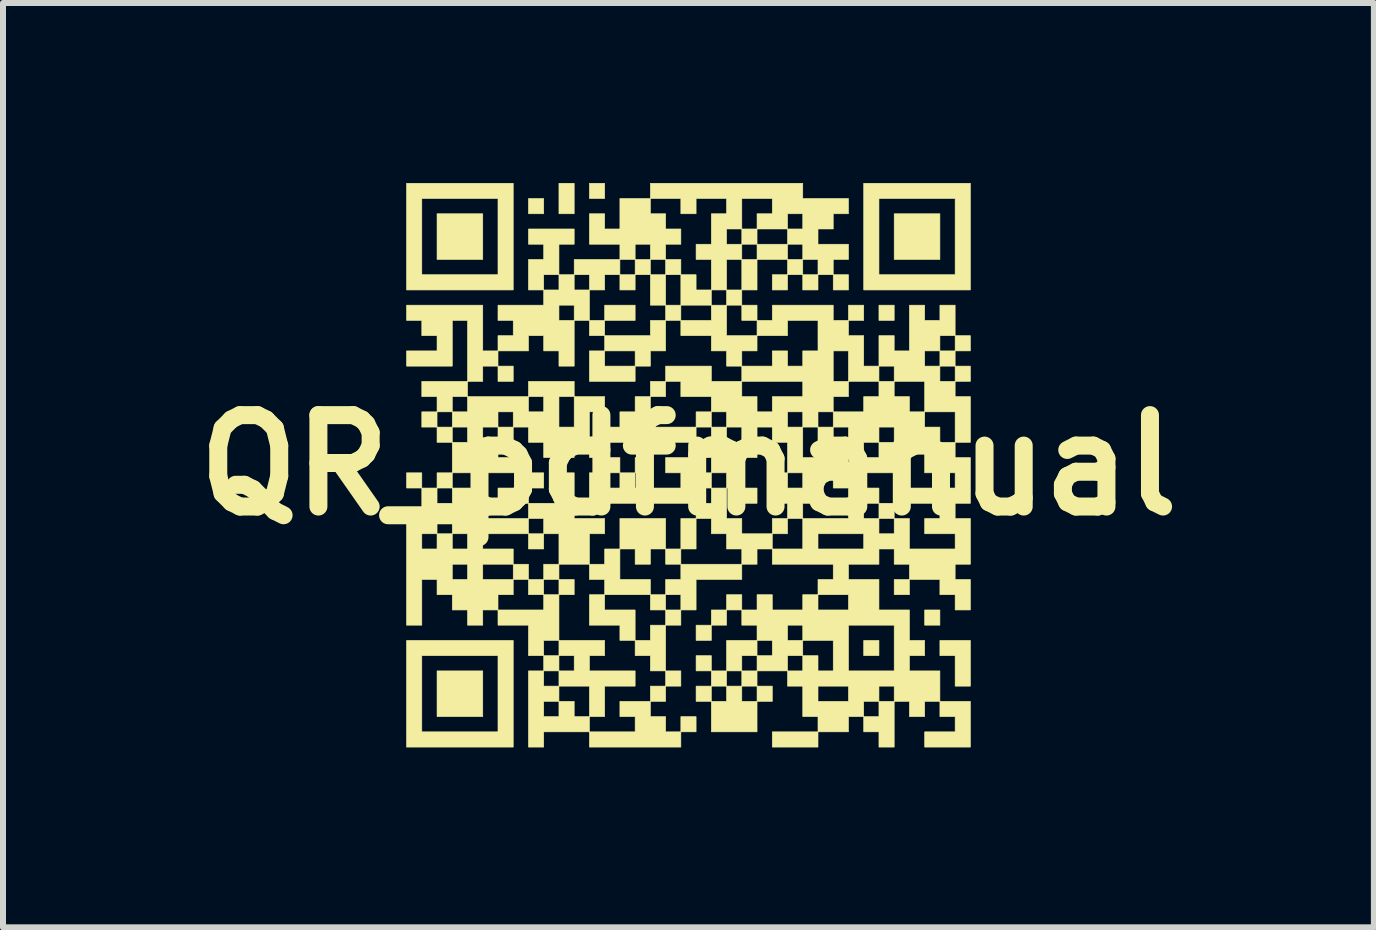
<source format=kicad_pcb>
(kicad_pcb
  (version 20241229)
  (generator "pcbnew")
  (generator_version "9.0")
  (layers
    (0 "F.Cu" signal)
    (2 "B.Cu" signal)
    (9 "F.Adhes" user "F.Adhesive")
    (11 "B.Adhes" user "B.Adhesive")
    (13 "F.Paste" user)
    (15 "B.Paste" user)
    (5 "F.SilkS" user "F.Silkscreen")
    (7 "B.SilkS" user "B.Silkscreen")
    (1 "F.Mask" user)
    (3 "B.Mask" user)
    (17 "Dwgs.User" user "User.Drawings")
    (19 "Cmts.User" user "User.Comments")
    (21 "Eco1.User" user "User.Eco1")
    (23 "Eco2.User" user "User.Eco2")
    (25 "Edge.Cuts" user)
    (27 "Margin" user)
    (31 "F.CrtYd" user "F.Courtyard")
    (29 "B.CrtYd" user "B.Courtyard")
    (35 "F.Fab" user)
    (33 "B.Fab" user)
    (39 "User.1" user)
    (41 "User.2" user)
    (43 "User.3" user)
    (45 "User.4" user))
  (footprint "QR_pdfmanual"
    (layer "F.Cu")
    (at 8.426 4.704)
    (property "Reference" "QR_pdfmanual" (at 0 0 0) (layer "F.SilkS") (effects (font (size 1.524 1.524) (thickness 0.3))))
    (attr through_hole)
    (fp_poly (pts (xy -4.699 0.381) (xy -4.699 0.127) (xy -4.445 0.127) (xy -4.445 0.381) (xy -4.699 0.381)) (stroke (width 0.01) (type solid)) (fill yes) (layer "F.SilkS"))
    (fp_poly (pts (xy -3.429 -3.429) (xy -4.191 -3.429) (xy -4.191 -4.191) (xy -3.429 -4.191) (xy -3.429 -3.429)) (stroke (width 0.01) (type solid)) (fill yes) (layer "F.SilkS"))
    (fp_poly (pts (xy -3.429 4.191) (xy -4.191 4.191) (xy -4.191 3.429) (xy -3.429 3.429) (xy -3.429 4.191)) (stroke (width 0.01) (type solid)) (fill yes) (layer "F.SilkS"))
    (fp_poly (pts (xy -3.175 0.635) (xy -3.175 0.381) (xy -2.667 0.381) (xy -2.667 0.635) (xy -3.175 0.635)) (stroke (width 0.01) (type solid)) (fill yes) (layer "F.SilkS"))
    (fp_poly (pts (xy -2.921 -1.397) (xy -3.175 -1.397) (xy -3.175 -1.651) (xy -2.921 -1.651) (xy -2.921 -1.397)) (stroke (width 0.01) (type solid)) (fill yes) (layer "F.SilkS"))
    (fp_poly (pts (xy -2.921 -0.381) (xy -3.175 -0.381) (xy -3.175 -0.635) (xy -2.921 -0.635) (xy -2.921 -0.381)) (stroke (width 0.01) (type solid)) (fill yes) (layer "F.SilkS"))
    (fp_poly (pts (xy -2.921 1.905) (xy -2.921 1.651) (xy -2.667 1.651) (xy -2.667 1.905) (xy -2.921 1.905)) (stroke (width 0.01) (type solid)) (fill yes) (layer "F.SilkS"))
    (fp_poly (pts (xy -2.667 0.127) (xy -2.413 0.127) (xy -2.413 0.381) (xy -2.667 0.381) (xy -2.667 0.127)) (stroke (width 0.01) (type solid)) (fill yes) (layer "F.SilkS"))
    (fp_poly (pts (xy -2.413 -4.191) (xy -2.667 -4.191) (xy -2.667 -4.445) (xy -2.413 -4.445) (xy -2.413 -4.191)) (stroke (width 0.01) (type solid)) (fill yes) (layer "F.SilkS"))
    (fp_poly (pts (xy -2.413 1.397) (xy -2.667 1.397) (xy -2.667 1.143) (xy -2.413 1.143) (xy -2.413 1.397)) (stroke (width 0.01) (type solid)) (fill yes) (layer "F.SilkS"))
    (fp_poly (pts (xy -2.413 1.651) (xy -2.159 1.651) (xy -2.159 1.905) (xy -2.413 1.905) (xy -2.413 1.651)) (stroke (width 0.01) (type solid)) (fill yes) (layer "F.SilkS"))
    (fp_poly (pts (xy -2.413 1.905) (xy -2.413 2.159) (xy -2.667 2.159) (xy -2.667 1.905) (xy -2.413 1.905)) (stroke (width 0.01) (type solid)) (fill yes) (layer "F.SilkS"))
    (fp_poly (pts (xy -1.905 -4.191) (xy -2.159 -4.191) (xy -2.159 -4.699) (xy -1.905 -4.699) (xy -1.905 -4.191)) (stroke (width 0.01) (type solid)) (fill yes) (layer "F.SilkS"))
    (fp_poly (pts (xy -1.905 2.159) (xy -2.159 2.159) (xy -2.159 1.905) (xy -1.905 1.905) (xy -1.905 2.159)) (stroke (width 0.01) (type solid)) (fill yes) (layer "F.SilkS"))
    (fp_poly (pts (xy -1.651 -0.127) (xy -1.651 -0.381) (xy -1.397 -0.381) (xy -1.397 -0.127) (xy -1.651 -0.127)) (stroke (width 0.01) (type solid)) (fill yes) (layer "F.SilkS"))
    (fp_poly (pts (xy -1.397 -4.445) (xy -1.651 -4.445) (xy -1.651 -4.699) (xy -1.397 -4.699) (xy -1.397 -4.445)) (stroke (width 0.01) (type solid)) (fill yes) (layer "F.SilkS"))
    (fp_poly (pts (xy -1.397 -2.667) (xy -0.889 -2.667) (xy -0.889 -2.413) (xy -1.397 -2.413) (xy -1.397 -2.667)) (stroke (width 0.01) (type solid)) (fill yes) (layer "F.SilkS"))
    (fp_poly (pts (xy -1.397 -2.159) (xy -1.651 -2.159) (xy -1.651 -2.413) (xy -1.397 -2.413) (xy -1.397 -2.159)) (stroke (width 0.01) (type solid)) (fill yes) (layer "F.SilkS"))
    (fp_poly (pts (xy -1.397 -0.127) (xy -1.143 -0.127) (xy -1.143 0.127) (xy -1.397 0.127) (xy -1.397 -0.127)) (stroke (width 0.01) (type solid)) (fill yes) (layer "F.SilkS"))
    (fp_poly (pts (xy -0.889 -3.175) (xy -0.889 -3.429) (xy -0.635 -3.429) (xy -0.635 -3.175) (xy -0.889 -3.175)) (stroke (width 0.01) (type solid)) (fill yes) (layer "F.SilkS"))
    (fp_poly (pts (xy -0.889 -2.921) (xy -1.143 -2.921) (xy -1.143 -3.175) (xy -0.889 -3.175) (xy -0.889 -2.921)) (stroke (width 0.01) (type solid)) (fill yes) (layer "F.SilkS"))
    (fp_poly (pts (xy -0.635 -1.397) (xy -0.381 -1.397) (xy -0.381 -1.143) (xy -0.635 -1.143) (xy -0.635 -1.397)) (stroke (width 0.01) (type solid)) (fill yes) (layer "F.SilkS"))
    (fp_poly (pts (xy -0.635 0.127) (xy -0.889 0.127) (xy -0.889 -0.127) (xy -0.635 -0.127) (xy -0.635 0.127)) (stroke (width 0.01) (type solid)) (fill yes) (layer "F.SilkS"))
    (fp_poly (pts (xy -0.381 -3.429) (xy -0.127 -3.429) (xy -0.127 -3.175) (xy -0.381 -3.175) (xy -0.381 -3.429)) (stroke (width 0.01) (type solid)) (fill yes) (layer "F.SilkS"))
    (fp_poly (pts (xy -0.381 -2.667) (xy -0.635 -2.667) (xy -0.635 -3.175) (xy -0.381 -3.175) (xy -0.381 -2.667)) (stroke (width 0.01) (type solid)) (fill yes) (layer "F.SilkS"))
    (fp_poly (pts (xy -0.381 -2.413) (xy -0.381 -2.667) (xy -0.127 -2.667) (xy -0.127 -2.413) (xy -0.381 -2.413)) (stroke (width 0.01) (type solid)) (fill yes) (layer "F.SilkS"))
    (fp_poly (pts (xy -0.381 2.413) (xy -0.635 2.413) (xy -0.635 2.159) (xy -0.381 2.159) (xy -0.381 2.413)) (stroke (width 0.01) (type solid)) (fill yes) (layer "F.SilkS"))
    (fp_poly (pts (xy -0.127 0.889) (xy 0.127 0.889) (xy 0.127 1.397) (xy -0.127 1.397) (xy -0.127 0.889)) (stroke (width 0.01) (type solid)) (fill yes) (layer "F.SilkS"))
    (fp_poly (pts (xy -0.127 1.651) (xy -0.381 1.651) (xy -0.381 1.397) (xy -0.127 1.397) (xy -0.127 1.651)) (stroke (width 0.01) (type solid)) (fill yes) (layer "F.SilkS"))
    (fp_poly (pts (xy -0.127 4.191) (xy 0.127 4.191) (xy 0.127 4.445) (xy -0.127 4.445) (xy -0.127 4.191)) (stroke (width 0.01) (type solid)) (fill yes) (layer "F.SilkS"))
    (fp_poly (pts (xy 0.127 -0.889) (xy 0.381 -0.889) (xy 0.381 -0.635) (xy 0.127 -0.635) (xy 0.127 -0.889)) (stroke (width 0.01) (type solid)) (fill yes) (layer "F.SilkS"))
    (fp_poly (pts (xy 0.127 3.429) (xy 0.127 3.175) (xy 0.381 3.175) (xy 0.381 3.429) (xy 0.127 3.429)) (stroke (width 0.01) (type solid)) (fill yes) (layer "F.SilkS"))
    (fp_poly (pts (xy 0.381 2.413) (xy 0.635 2.413) (xy 0.635 2.667) (xy 0.381 2.667) (xy 0.381 2.413)) (stroke (width 0.01) (type solid)) (fill yes) (layer "F.SilkS"))
    (fp_poly (pts (xy 0.381 2.921) (xy 0.127 2.921) (xy 0.127 2.667) (xy 0.381 2.667) (xy 0.381 2.921)) (stroke (width 0.01) (type solid)) (fill yes) (layer "F.SilkS"))
    (fp_poly (pts (xy 0.635 2.159) (xy 0.889 2.159) (xy 0.889 2.413) (xy 0.635 2.413) (xy 0.635 2.159)) (stroke (width 0.01) (type solid)) (fill yes) (layer "F.SilkS"))
    (fp_poly (pts (xy 1.143 -3.683) (xy 0.889 -3.683) (xy 0.889 -3.937) (xy 1.143 -3.937) (xy 1.143 -3.683)) (stroke (width 0.01) (type solid)) (fill yes) (layer "F.SilkS"))
    (fp_poly (pts (xy 1.143 0.381) (xy 1.143 0.635) (xy 0.889 0.635) (xy 0.889 0.381) (xy 1.143 0.381)) (stroke (width 0.01) (type solid)) (fill yes) (layer "F.SilkS"))
    (fp_poly (pts (xy 1.143 3.683) (xy 1.397 3.683) (xy 1.397 3.937) (xy 1.143 3.937) (xy 1.143 3.683)) (stroke (width 0.01) (type solid)) (fill yes) (layer "F.SilkS"))
    (fp_poly (pts (xy 1.651 -2.921) (xy 1.397 -2.921) (xy 1.397 -3.175) (xy 1.651 -3.175) (xy 1.651 -2.921)) (stroke (width 0.01) (type solid)) (fill yes) (layer "F.SilkS"))
    (fp_poly (pts (xy 1.651 1.143) (xy 1.397 1.143) (xy 1.397 0.889) (xy 1.651 0.889) (xy 1.651 1.143)) (stroke (width 0.01) (type solid)) (fill yes) (layer "F.SilkS"))
    (fp_poly (pts (xy 2.159 4.699) (xy 1.397 4.699) (xy 1.397 4.445) (xy 2.159 4.445) (xy 2.159 4.699)) (stroke (width 0.01) (type solid)) (fill yes) (layer "F.SilkS"))
    (fp_poly (pts (xy 2.667 -2.921) (xy 2.413 -2.921) (xy 2.413 -3.175) (xy 2.667 -3.175) (xy 2.667 -2.921)) (stroke (width 0.01) (type solid)) (fill yes) (layer "F.SilkS"))
    (fp_poly (pts (xy 2.667 -2.667) (xy 2.921 -2.667) (xy 2.921 -2.413) (xy 2.667 -2.413) (xy 2.667 -2.667)) (stroke (width 0.01) (type solid)) (fill yes) (layer "F.SilkS"))
    (fp_poly (pts (xy 3.175 3.175) (xy 2.921 3.175) (xy 2.921 2.921) (xy 3.175 2.921) (xy 3.175 3.175)) (stroke (width 0.01) (type solid)) (fill yes) (layer "F.SilkS"))
    (fp_poly (pts (xy 3.429 -2.413) (xy 3.175 -2.413) (xy 3.175 -2.667) (xy 3.429 -2.667) (xy 3.429 -2.413)) (stroke (width 0.01) (type solid)) (fill yes) (layer "F.SilkS"))
    (fp_poly (pts (xy 3.429 0.889) (xy 3.175 0.889) (xy 3.175 0.635) (xy 3.429 0.635) (xy 3.429 0.889)) (stroke (width 0.01) (type solid)) (fill yes) (layer "F.SilkS"))
    (fp_poly (pts (xy 3.683 2.159) (xy 3.429 2.159) (xy 3.429 1.905) (xy 3.683 1.905) (xy 3.683 2.159)) (stroke (width 0.01) (type solid)) (fill yes) (layer "F.SilkS"))
    (fp_poly (pts (xy 4.191 -3.429) (xy 3.429 -3.429) (xy 3.429 -4.191) (xy 4.191 -4.191) (xy 4.191 -3.429)) (stroke (width 0.01) (type solid)) (fill yes) (layer "F.SilkS"))
    (fp_poly (pts (xy 4.191 2.667) (xy 3.937 2.667) (xy 3.937 2.413) (xy 4.191 2.413) (xy 4.191 2.667)) (stroke (width 0.01) (type solid)) (fill yes) (layer "F.SilkS"))
    (fp_poly (pts (xy 4.445 -2.159) (xy 4.699 -2.159) (xy 4.699 -1.905) (xy 4.445 -1.905) (xy 4.445 -2.159)) (stroke (width 0.01) (type solid)) (fill yes) (layer "F.SilkS"))
    (fp_poly (pts (xy 4.445 -1.651) (xy 4.191 -1.651) (xy 4.191 -1.905) (xy 4.445 -1.905) (xy 4.445 -1.651)) (stroke (width 0.01) (type solid)) (fill yes) (layer "F.SilkS"))
    (fp_poly (pts (xy 4.699 -1.651) (xy 4.699 -1.397) (xy 4.445 -1.397) (xy 4.445 -1.651) (xy 4.699 -1.651)) (stroke (width 0.01) (type solid)) (fill yes) (layer "F.SilkS"))
    (fp_poly (pts (xy -0.127 -2.667) (xy -0.127 -3.175) (xy 0.127 -3.175) (xy 0.127 -2.921) (xy 0.381 -2.921) (xy 0.381 -2.667) (xy -0.127 -2.667)) (stroke (width 0.01) (type solid)) (fill yes) (layer "F.SilkS"))
    (fp_poly (pts (xy 4.699 3.683) (xy 4.445 3.683) (xy 4.445 3.175) (xy 4.191 3.175) (xy 4.191 2.921) (xy 4.699 2.921) (xy 4.699 3.683)) (stroke (width 0.01) (type solid)) (fill yes) (layer "F.SilkS"))
    (fp_poly (pts (xy -1.397 2.413) (xy -0.889 2.413) (xy -0.889 2.921) (xy -1.143 2.921) (xy -1.143 2.667) (xy -1.651 2.667) (xy -1.651 2.159) (xy -1.397 2.159) (xy -1.397 2.413)) (stroke (width 0.01) (type solid)) (fill yes) (layer "F.SilkS"))
    (fp_poly (pts (xy -0.635 1.397) (xy -0.635 1.651) (xy -0.889 1.651) (xy -0.889 1.397) (xy -1.143 1.397) (xy -1.143 0.889) (xy -0.381 0.889) (xy -0.381 1.397) (xy -0.635 1.397)) (stroke (width 0.01) (type solid)) (fill yes) (layer "F.SilkS"))
    (fp_poly (pts (xy 3.429 -0.127) (xy 3.683 -0.127) (xy 3.683 0.127) (xy 2.921 0.127) (xy 2.921 -0.127) (xy 3.175 -0.127) (xy 3.175 -0.381) (xy 3.429 -0.381) (xy 3.429 -0.127)) (stroke (width 0.01) (type solid)) (fill yes) (layer "F.SilkS"))
    (fp_poly (pts (xy 4.699 4.699) (xy 3.937 4.699) (xy 3.937 4.445) (xy 4.445 4.445) (xy 4.445 4.191) (xy 4.191 4.191) (xy 4.191 3.937) (xy 4.699 3.937) (xy 4.699 4.699)) (stroke (width 0.01) (type solid)) (fill yes) (layer "F.SilkS"))
    (fp_poly (pts (xy -1.143 1.905) (xy -0.635 1.905) (xy -0.635 2.159) (xy -1.397 2.159) (xy -1.397 1.905) (xy -1.651 1.905) (xy -1.651 1.651) (xy -1.397 1.651) (xy -1.397 1.397) (xy -1.143 1.397) (xy -1.143 1.905)) (stroke (width 0.01) (type solid)) (fill yes) (layer "F.SilkS"))
    (fp_poly (pts (xy 0.127 -0.381) (xy -1.397 -0.381) (xy -1.397 -0.635) (xy -1.143 -0.635) (xy -1.143 -0.889) (xy -0.889 -0.889) (xy -0.889 -1.143) (xy -0.635 -1.143) (xy -0.635 -0.635) (xy 0.127 -0.635) (xy 0.127 -0.381)) (stroke (width 0.01) (type solid)) (fill yes) (layer "F.SilkS"))
    (fp_poly (pts (xy -2.921 -2.921) (xy -4.699 -2.921) (xy -4.699 -4.445) (xy -4.445 -4.445) (xy -4.445 -3.175) (xy -3.175 -3.175) (xy -3.175 -4.445) (xy -4.445 -4.445) (xy -4.699 -4.445) (xy -4.699 -4.699) (xy -2.921 -4.699) (xy -2.921 -2.921)) (stroke (width 0.01) (type solid)) (fill yes) (layer "F.SilkS"))
    (fp_poly (pts (xy -2.921 4.699) (xy -4.699 4.699) (xy -4.699 3.175) (xy -4.445 3.175) (xy -4.445 4.445) (xy -3.175 4.445) (xy -3.175 3.175) (xy -4.445 3.175) (xy -4.699 3.175) (xy -4.699 2.921) (xy -2.921 2.921) (xy -2.921 4.699)) (stroke (width 0.01) (type solid)) (fill yes) (layer "F.SilkS"))
    (fp_poly (pts (xy 4.699 -2.921) (xy 2.921 -2.921) (xy 2.921 -4.445) (xy 3.175 -4.445) (xy 3.175 -3.175) (xy 4.445 -3.175) (xy 4.445 -4.445) (xy 3.175 -4.445) (xy 2.921 -4.445) (xy 2.921 -4.699) (xy 4.699 -4.699) (xy 4.699 -2.921)) (stroke (width 0.01) (type solid)) (fill yes) (layer "F.SilkS"))
    (fp_poly (pts (xy -2.159 1.651) (xy -2.159 1.143) (xy -2.413 1.143) (xy -2.413 0.889) (xy -2.667 0.889) (xy -2.667 0.635) (xy -2.159 0.635) (xy -2.159 0.127) (xy -1.905 0.127) (xy -1.905 0.889) (xy -1.397 0.889) (xy -1.397 1.143) (xy -1.651 1.143) (xy -1.651 1.651) (xy -2.159 1.651)) (stroke (width 0.01) (type solid)) (fill yes) (layer "F.SilkS"))
    (fp_poly (pts (xy 0.635 -2.667) (xy 0.635 -2.159) (xy 1.143 -2.159) (xy 1.143 -1.905) (xy 0.889 -1.905) (xy 0.889 -1.651) (xy 0.635 -1.651) (xy 0.635 -1.905) (xy 0.381 -1.905) (xy 0.381 -2.159) (xy -0.127 -2.159) (xy -0.127 -2.413) (xy 0.381 -2.413) (xy 0.381 -2.667) (xy 0.635 -2.667)) (stroke (width 0.01) (type solid)) (fill yes) (layer "F.SilkS"))
    (fp_poly (pts (xy -1.397 3.175) (xy -1.651 3.175) (xy -1.651 3.429) (xy -0.889 3.429) (xy -0.889 3.683) (xy -1.397 3.683) (xy -1.397 4.191) (xy -1.651 4.191) (xy -1.651 3.683) (xy -2.159 3.683) (xy -2.159 3.429) (xy -1.905 3.429) (xy -1.905 3.175) (xy -2.159 3.175) (xy -2.159 2.921) (xy -1.397 2.921) (xy -1.397 3.175)) (stroke (width 0.01) (type solid)) (fill yes) (layer "F.SilkS"))
    (fp_poly (pts (xy -0.635 -2.159) (xy -0.635 -2.413) (xy -0.381 -2.413) (xy -0.381 -1.905) (xy -0.635 -1.905) (xy -0.635 -1.651) (xy -0.889 -1.651) (xy -0.889 -1.397) (xy -1.651 -1.397) (xy -1.651 -1.905) (xy -1.397 -1.905) (xy -1.397 -1.651) (xy -0.889 -1.651) (xy -0.889 -1.905) (xy -1.397 -1.905) (xy -1.397 -2.159) (xy -0.635 -2.159)) (stroke (width 0.01) (type solid)) (fill yes) (layer "F.SilkS"))
    (fp_poly (pts (xy 0.635 0.381) (xy 0.635 0.127) (xy 0.381 0.127) (xy 0.381 0.381) (xy 0.127 0.381) (xy 0.127 0.635) (xy -1.651 0.635) (xy -1.651 0.127) (xy -1.397 0.127) (xy -1.397 0.381) (xy -1.143 0.381) (xy -1.143 0.127) (xy -0.889 0.127) (xy -0.889 0.381) (xy -0.127 0.381) (xy -0.127 0.127) (xy -0.381 0.127) (xy -0.381 -0.127) (xy 0.127 -0.127) (xy 0.127 0.127) (xy 0.381 0.127) (xy 0.381 -0.127) (xy 0.127 -0.127) (xy 0.127 -0.381) (xy 0.381 -0.381) (xy 0.381 -0.635) (xy 0.635 -0.635) (xy 0.635 -0.127) (xy 0.889 -0.127) (xy 0.889 0.381) (xy 0.635 0.381)) (stroke (width 0.01) (type solid)) (fill yes) (layer "F.SilkS"))
    (fp_poly (pts (xy 1.651 -3.429) (xy 1.143 -3.429) (xy 1.143 -2.921) (xy 0.889 -2.921) (xy 0.889 -2.667) (xy 1.143 -2.667) (xy 1.143 -2.413) (xy 1.397 -2.413) (xy 1.397 -2.667) (xy 2.413 -2.667) (xy 2.413 -2.413) (xy 2.667 -2.413) (xy 2.667 -2.159) (xy 2.921 -2.159) (xy 2.921 -1.651) (xy 3.175 -1.651) (xy 3.175 -1.397) (xy 3.429 -1.397) (xy 3.429 -1.143) (xy 3.683 -1.143) (xy 3.683 -0.889) (xy 3.937 -0.889) (xy 3.937 -1.397) (xy 3.429 -1.397) (xy 3.429 -1.651) (xy 3.175 -1.651) (xy 3.175 -2.159) (xy 3.429 -2.159) (xy 3.429 -1.905) (xy 3.683 -1.905) (xy 3.683 -2.667) (xy 3.937 -2.667) (xy 3.937 -2.413) (xy 4.191 -2.413) (xy 4.191 -2.667) (xy 4.445 -2.667) (xy 4.445 -2.159) (xy 4.191 -2.159) (xy 4.191 -1.905) (xy 3.937 -1.905) (xy 3.937 -1.651) (xy 4.191 -1.651) (xy 4.191 -1.397) (xy 4.445 -1.397) (xy 4.445 -1.143) (xy 4.699 -1.143) (xy 4.699 -0.381) (xy 4.445 -0.381) (xy 4.445 -0.127) (xy 4.699 -0.127) (xy 4.699 0.635) (xy 4.445 0.635) (xy 4.445 0.889) (xy 4.699 0.889) (xy 4.699 1.651) (xy 4.445 1.651) (xy 4.445 1.905) (xy 4.699 1.905) (xy 4.699 2.413) (xy 4.445 2.413) (xy 4.445 2.159) (xy 4.191 2.159) (xy 4.191 1.905) (xy 3.683 1.905) (xy 3.683 1.651) (xy 3.429 1.651) (xy 3.429 1.397) (xy 3.175 1.397) (xy 3.175 1.651) (xy 2.667 1.651) (xy 2.667 1.905) (xy 3.175 1.905) (xy 3.175 2.413) (xy 3.683 2.413) (xy 3.683 2.921) (xy 3.937 2.921) (xy 3.937 3.175) (xy 3.683 3.175) (xy 3.683 3.429) (xy 4.191 3.429) (xy 4.191 3.937) (xy 3.937 3.937) (xy 3.937 4.191) (xy 3.683 4.191) (xy 3.683 3.937) (xy 3.429 3.937) (xy 3.429 4.699) (xy 3.175 4.699) (xy 3.175 4.445) (xy 2.921 4.445) (xy 2.921 4.191) (xy 2.667 4.191) (xy 2.667 4.445) (xy 2.159 4.445) (xy 2.159 4.191) (xy 1.905 4.191) (xy 1.905 3.683) (xy 2.159 3.683) (xy 2.159 3.937) (xy 2.667 3.937) (xy 2.921 3.937) (xy 2.921 4.191) (xy 3.175 4.191) (xy 3.175 3.937) (xy 2.921 3.937) (xy 2.667 3.937) (xy 2.667 3.683) (xy 3.175 3.683) (xy 3.175 3.937) (xy 3.429 3.937) (xy 3.429 3.683) (xy 3.175 3.683) (xy 2.667 3.683) (xy 2.159 3.683) (xy 1.905 3.683) (xy 1.651 3.683) (xy 1.651 3.429) (xy 1.143 3.429) (xy 1.143 3.683) (xy 0.889 3.683) (xy 0.889 3.937) (xy 1.143 3.937) (xy 1.143 4.445) (xy 0.381 4.445) (xy 0.381 3.937) (xy 0.127 3.937) (xy 0.127 3.683) (xy 0.381 3.683) (xy 0.381 3.937) (xy 0.635 3.937) (xy 0.635 3.683) (xy 0.381 3.683) (xy 0.381 3.429) (xy 0.635 3.429) (xy 0.635 3.683) (xy 0.889 3.683) (xy 0.889 3.429) (xy 0.635 3.429) (xy 0.635 3.175) (xy 0.889 3.175) (xy 0.889 3.429) (xy 1.143 3.429) (xy 1.143 3.175) (xy 0.889 3.175) (xy 0.635 3.175) (xy 0.635 2.921) (xy 1.143 2.921) (xy 1.143 3.175) (xy 1.397 3.175) (xy 1.651 3.175) (xy 1.651 3.429) (xy 1.905 3.429) (xy 1.905 3.175) (xy 1.651 3.175) (xy 1.397 3.175) (xy 1.397 2.921) (xy 1.143 2.921) (xy 1.143 2.667) (xy 1.651 2.667) (xy 1.651 2.921) (xy 1.905 2.921) (xy 1.905 3.175) (xy 2.159 3.175) (xy 2.159 3.429) (xy 2.413 3.429) (xy 2.413 2.921) (xy 1.905 2.921) (xy 1.905 2.667) (xy 2.667 2.667) (xy 2.667 3.429) (xy 3.429 3.429) (xy 3.429 2.667) (xy 2.667 2.667) (xy 1.905 2.667) (xy 1.651 2.667) (xy 1.143 2.667) (xy 0.889 2.667) (xy 0.889 2.413) (xy 1.143 2.413) (xy 1.143 2.159) (xy 1.397 2.159) (xy 1.397 2.413) (xy 1.905 2.413) (xy 1.905 2.159) (xy 2.159 2.159) (xy 2.159 2.413) (xy 2.667 2.413) (xy 2.667 2.159) (xy 2.159 2.159) (xy 2.159 1.905) (xy 2.413 1.905) (xy 2.413 1.651) (xy 1.397 1.651) (xy 1.397 1.397) (xy 1.143 1.397) (xy 1.143 1.651) (xy 0.889 1.651) (xy 0.889 1.905) (xy 0.127 1.905) (xy 0.127 2.413) (xy -0.127 2.413) (xy -0.127 2.667) (xy -0.381 2.667) (xy -0.381 3.429) (xy -0.127 3.429) (xy -0.127 3.683) (xy -0.381 3.683) (xy -0.381 3.937) (xy -0.635 3.937) (xy -0.635 4.191) (xy -0.381 4.191) (xy -0.381 4.445) (xy -0.127 4.445) (xy -0.127 4.699) (xy -1.651 4.699) (xy -1.651 4.445) (xy -2.413 4.445) (xy -2.413 4.699) (xy -2.667 4.699) (xy -2.667 3.937) (xy -2.413 3.937) (xy -2.413 4.191) (xy -2.159 4.191) (xy -2.159 3.937) (xy -2.413 3.937) (xy -2.667 3.937) (xy -2.667 3.429) (xy -2.413 3.429) (xy -2.413 3.175) (xy -2.667 3.175) (xy -2.667 2.667) (xy -3.175 2.667) (xy -3.175 2.413) (xy -3.429 2.413) (xy -3.429 2.667) (xy -3.683 2.667) (xy -3.683 2.413) (xy -3.937 2.413) (xy -3.937 2.159) (xy -4.191 2.159) (xy -4.191 1.905) (xy -4.445 1.905) (xy -4.445 2.667) (xy -4.699 2.667) (xy -4.699 1.651) (xy -3.937 1.651) (xy -3.937 1.905) (xy -3.683 1.905) (xy -3.683 1.651) (xy -3.937 1.651) (xy -4.699 1.651) (xy -4.699 1.143) (xy -4.445 1.143) (xy -4.445 1.397) (xy -4.191 1.397) (xy -4.191 1.143) (xy -4.445 1.143) (xy -4.699 1.143) (xy -4.699 0.889) (xy -4.445 0.889) (xy -4.191 0.889) (xy -4.191 1.143) (xy -3.937 1.143) (xy -3.937 1.397) (xy -3.683 1.397) (xy -3.683 1.143) (xy -3.937 1.143) (xy -3.937 0.889) (xy -4.191 0.889) (xy -4.445 0.889) (xy -4.445 0.381) (xy -4.191 0.381) (xy -4.191 0.635) (xy -3.937 0.635) (xy -3.937 0.381) (xy -4.191 0.381) (xy -4.191 0.127) (xy -3.937 0.127) (xy -3.937 0.381) (xy -3.429 0.381) (xy -3.429 0.889) (xy -2.667 0.889) (xy -2.667 1.143) (xy -3.429 1.143) (xy -3.429 1.397) (xy -2.921 1.397) (xy -2.921 1.651) (xy -3.429 1.651) (xy -3.429 1.905) (xy -2.921 1.905) (xy -2.921 2.159) (xy -3.175 2.159) (xy -3.175 2.413) (xy -2.413 2.413) (xy -2.413 2.159) (xy -2.159 2.159) (xy -2.159 2.921) (xy -2.413 2.921) (xy -2.413 3.175) (xy -2.159 3.175) (xy -2.159 3.429) (xy -2.413 3.429) (xy -2.413 3.683) (xy -2.159 3.683) (xy -2.159 3.937) (xy -1.905 3.937) (xy -1.905 4.191) (xy -1.651 4.191) (xy -1.651 4.445) (xy -0.889 4.445) (xy -0.889 4.191) (xy -1.143 4.191) (xy -1.143 3.937) (xy -0.635 3.937) (xy -0.635 3.683) (xy -0.381 3.683) (xy -0.381 3.429) (xy -0.635 3.429) (xy -0.635 3.175) (xy -0.889 3.175) (xy -0.889 2.921) (xy -0.635 2.921) (xy -0.635 2.667) (xy -0.381 2.667) (xy -0.381 2.413) (xy -0.127 2.413) (xy -0.127 2.159) (xy -0.381 2.159) (xy -0.381 1.905) (xy -0.127 1.905) (xy -0.127 1.651) (xy 0.889 1.651) (xy 0.889 1.397) (xy 0.635 1.397) (xy 0.635 1.143) (xy 0.381 1.143) (xy 0.381 0.889) (xy 0.127 0.889) (xy 0.127 0.635) (xy 0.381 0.635) (xy 0.381 0.381) (xy 0.635 0.381) (xy 0.635 0.889) (xy 0.889 0.889) (xy 0.889 1.143) (xy 1.397 1.143) (xy 1.397 1.397) (xy 1.905 1.397) (xy 1.905 1.143) (xy 2.159 1.143) (xy 2.159 1.397) (xy 2.921 1.397) (xy 2.921 1.143) (xy 2.159 1.143) (xy 1.905 1.143) (xy 1.905 0.889) (xy 1.651 0.889) (xy 1.651 0.635) (xy 1.905 0.635) (xy 1.905 0.889) (xy 2.667 0.889) (xy 2.667 0.381) (xy 2.413 0.381) (xy 2.413 0.127) (xy 2.159 0.127) (xy 2.159 0.635) (xy 1.905 0.635) (xy 1.651 0.635) (xy 1.397 0.635) (xy 1.397 0.127) (xy 1.651 0.127) (xy 1.651 0.381) (xy 1.905 0.381) (xy 1.905 0.127) (xy 1.651 0.127) (xy 1.651 -0.127) (xy 1.905 -0.127) (xy 2.159 -0.127) (xy 2.667 -0.127) (xy 2.667 0.127) (xy 2.921 0.127) (xy 2.921 0.381) (xy 3.175 0.381) (xy 3.175 0.635) (xy 2.921 0.635) (xy 2.921 0.889) (xy 3.175 0.889) (xy 3.175 1.143) (xy 3.429 1.143) (xy 3.429 0.889) (xy 3.683 0.889) (xy 3.683 1.397) (xy 4.445 1.397) (xy 4.445 1.143) (xy 3.937 1.143) (xy 3.937 0.889) (xy 4.191 0.889) (xy 4.191 0.635) (xy 3.429 0.635) (xy 3.429 0.381) (xy 4.445 0.381) (xy 4.445 0.127) (xy 3.937 0.127) (xy 3.937 -0.381) (xy 3.429 -0.381) (xy 3.429 -0.635) (xy 3.937 -0.635) (xy 4.191 -0.635) (xy 4.191 -0.381) (xy 4.445 -0.381) (xy 4.445 -0.889) (xy 3.937 -0.889) (xy 3.937 -0.635) (xy 3.429 -0.635) (xy 3.175 -0.635) (xy 3.175 -0.381) (xy 2.921 -0.381) (xy 2.921 -0.127) (xy 2.667 -0.127) (xy 2.159 -0.127) (xy 2.159 -0.635) (xy 1.905 -0.635) (xy 1.905 -0.127) (xy 1.651 -0.127) (xy 1.651 -0.381) (xy 1.397 -0.381) (xy 1.397 -0.635) (xy 1.143 -0.635) (xy 1.143 -0.127) (xy 0.889 -0.127) (xy 0.889 -0.635) (xy 0.635 -0.635) (xy 0.635 -0.889) (xy 0.381 -0.889) (xy 0.381 -1.143) (xy 0.889 -1.143) (xy 1.143 -1.143) (xy 1.143 -0.889) (xy 1.397 -0.889) (xy 1.651 -0.889) (xy 1.651 -0.635) (xy 1.905 -0.635) (xy 1.905 -0.889) (xy 2.159 -0.889) (xy 2.159 -0.635) (xy 2.413 -0.635) (xy 2.413 -0.381) (xy 2.667 -0.381) (xy 2.667 -0.635) (xy 2.413 -0.635) (xy 2.413 -0.889) (xy 2.159 -0.889) (xy 1.905 -0.889) (xy 1.651 -0.889) (xy 1.397 -0.889) (xy 1.397 -1.143) (xy 1.905 -1.143) (xy 2.413 -1.143) (xy 2.413 -0.889) (xy 2.921 -0.889) (xy 2.921 -1.143) (xy 3.175 -1.143) (xy 3.175 -1.397) (xy 2.667 -1.397) (xy 2.667 -1.143) (xy 2.413 -1.143) (xy 1.905 -1.143) (xy 1.905 -1.397) (xy 0.889 -1.397) (xy 0.889 -1.143) (xy 0.381 -1.143) (xy -0.127 -1.143) (xy -0.127 -1.397) (xy -0.381 -1.397) (xy -0.381 -1.651) (xy 0.381 -1.651) (xy 0.381 -1.397) (xy 0.889 -1.397) (xy 0.889 -1.651) (xy 1.397 -1.651) (xy 1.397 -1.905) (xy 1.651 -1.905) (xy 1.651 -1.651) (xy 1.905 -1.651) (xy 1.905 -1.905) (xy 2.159 -1.905) (xy 2.413 -1.905) (xy 2.413 -1.397) (xy 2.667 -1.397) (xy 2.667 -1.905) (xy 2.413 -1.905) (xy 2.159 -1.905) (xy 2.159 -2.413) (xy 1.651 -2.413) (xy 1.651 -2.159) (xy 1.143 -2.159) (xy 1.143 -2.413) (xy 0.889 -2.413) (xy 0.889 -2.667) (xy 0.635 -2.667) (xy 0.635 -2.921) (xy 0.381 -2.921) (xy 0.381 -3.429) (xy 0.635 -3.429) (xy 0.635 -2.921) (xy 0.889 -2.921) (xy 0.889 -3.429) (xy 0.635 -3.429) (xy 0.381 -3.429) (xy 0.127 -3.429) (xy 0.127 -3.683) (xy 0.381 -3.683) (xy 0.381 -3.937) (xy 0.635 -3.937) (xy 0.635 -3.683) (xy 0.889 -3.683) (xy 0.889 -3.429) (xy 1.143 -3.429) (xy 1.143 -3.683) (xy 1.651 -3.683) (xy 1.651 -3.429) (xy 1.905 -3.429) (xy 1.905 -3.175) (xy 2.159 -3.175) (xy 2.159 -3.429) (xy 1.905 -3.429) (xy 1.905 -3.683) (xy 1.651 -3.683) (xy 1.651 -3.937) (xy 1.143 -3.937) (xy 1.143 -4.191) (xy 1.397 -4.191) (xy 1.651 -4.191) (xy 1.651 -3.937) (xy 1.905 -3.937) (xy 1.905 -4.191) (xy 1.651 -4.191) (xy 1.397 -4.191) (xy 1.397 -4.445) (xy 0.889 -4.445) (xy 0.889 -3.937) (xy 0.635 -3.937) (xy 0.381 -3.937) (xy 0.381 -4.191) (xy 0.635 -4.191) (xy 0.635 -4.445) (xy 0.127 -4.445) (xy 0.127 -4.191) (xy -0.127 -4.191) (xy -0.127 -4.445) (xy -0.635 -4.445) (xy -0.635 -4.191) (xy -0.381 -4.191) (xy -0.381 -3.937) (xy -0.127 -3.937) (xy -0.127 -3.683) (xy -0.381 -3.683) (xy -0.381 -3.429) (xy -0.635 -3.429) (xy -0.635 -3.683) (xy -0.889 -3.683) (xy -0.889 -3.429) (xy -1.143 -3.429) (xy -1.143 -3.175) (xy -1.397 -3.175) (xy -1.397 -2.921) (xy -1.651 -2.921) (xy -1.651 -2.413) (xy -1.905 -2.413) (xy -1.905 -1.651) (xy -2.159 -1.651) (xy -2.159 -1.905) (xy -2.413 -1.905) (xy -2.413 -2.159) (xy -2.667 -2.159) (xy -2.667 -1.905) (xy -3.175 -1.905) (xy -3.175 -1.651) (xy -3.429 -1.651) (xy -3.429 -1.397) (xy -3.683 -1.397) (xy -3.683 -1.143) (xy -2.667 -1.143) (xy -2.667 -0.889) (xy -2.413 -0.889) (xy -2.413 -1.143) (xy -2.159 -1.143) (xy -2.159 -0.635) (xy -1.905 -0.635) (xy -1.905 -1.143) (xy -2.159 -1.143) (xy -2.413 -1.143) (xy -2.667 -1.143) (xy -2.667 -1.397) (xy -1.905 -1.397) (xy -1.905 -1.143) (xy -1.397 -1.143) (xy -1.397 -0.889) (xy -1.651 -0.889) (xy -1.651 -0.381) (xy -1.905 -0.381) (xy -1.905 -0.127) (xy -2.413 -0.127) (xy -2.413 -0.381) (xy -2.667 -0.381) (xy -2.667 -0.635) (xy -2.921 -0.635) (xy -2.921 -0.889) (xy -3.175 -0.889) (xy -3.175 -0.635) (xy -3.429 -0.635) (xy -3.429 -0.381) (xy -3.175 -0.381) (xy -3.175 -0.127) (xy -2.667 -0.127) (xy -2.667 0.127) (xy -3.937 0.127) (xy -3.937 -0.381) (xy -3.683 -0.381) (xy -3.683 -0.635) (xy -3.937 -0.635) (xy -3.937 -0.381) (xy -4.191 -0.381) (xy -4.191 -0.635) (xy -4.445 -0.635) (xy -4.445 -0.889) (xy -4.191 -0.889) (xy -4.191 -0.635) (xy -3.937 -0.635) (xy -3.937 -0.889) (xy -4.191 -0.889) (xy -4.191 -1.143) (xy -3.937 -1.143) (xy -3.937 -0.889) (xy -3.683 -0.889) (xy -3.683 -1.143) (xy -3.937 -1.143) (xy -4.191 -1.143) (xy -4.445 -1.143) (xy -4.445 -1.397) (xy -3.683 -1.397) (xy -3.683 -2.413) (xy -3.937 -2.413) (xy -3.937 -1.651) (xy -4.699 -1.651) (xy -4.699 -1.905) (xy -4.191 -1.905) (xy -4.191 -2.159) (xy -4.445 -2.159) (xy -4.445 -2.413) (xy -4.699 -2.413) (xy -4.699 -2.667) (xy -3.429 -2.667) (xy -3.429 -1.905) (xy -3.175 -1.905) (xy -3.175 -2.159) (xy -2.921 -2.159) (xy -2.921 -2.413) (xy -3.175 -2.413) (xy -3.175 -2.667) (xy -2.413 -2.667) (xy -2.159 -2.667) (xy -2.159 -2.413) (xy -1.905 -2.413) (xy -1.905 -2.667) (xy -2.159 -2.667) (xy -2.413 -2.667) (xy -2.413 -2.921) (xy -2.667 -2.921) (xy -2.667 -3.175) (xy -2.413 -3.175) (xy -2.413 -2.921) (xy -2.159 -2.921) (xy -2.159 -3.175) (xy -2.413 -3.175) (xy -2.667 -3.175) (xy -2.667 -3.429) (xy -2.413 -3.429) (xy -2.413 -3.683) (xy -2.667 -3.683) (xy -2.667 -3.937) (xy -1.905 -3.937) (xy -1.905 -3.683) (xy -2.159 -3.683) (xy -2.159 -3.175) (xy -1.905 -3.175) (xy -1.905 -2.921) (xy -1.651 -2.921) (xy -1.651 -3.175) (xy -1.905 -3.175) (xy -1.905 -3.429) (xy -1.143 -3.429) (xy -1.143 -3.683) (xy -1.651 -3.683) (xy -1.651 -4.191) (xy -1.397 -4.191) (xy -1.397 -3.937) (xy -1.143 -3.937) (xy -1.143 -4.445) (xy -0.635 -4.445) (xy -0.635 -4.699) (xy 1.905 -4.699) (xy 1.905 -4.445) (xy 2.667 -4.445) (xy 2.667 -4.191) (xy 2.413 -4.191) (xy 2.413 -3.937) (xy 2.159 -3.937) (xy 2.159 -3.683) (xy 2.667 -3.683) (xy 2.667 -3.429) (xy 2.413 -3.429) (xy 2.413 -3.175) (xy 2.159 -3.175) (xy 2.159 -2.921) (xy 1.905 -2.921) (xy 1.905 -3.175) (xy 1.651 -3.175) (xy 1.651 -3.429)) (stroke (width 0.01) (type solid)) (fill yes) (layer "F.SilkS")))
  (gr_rect
    (start -3 -3)
    (end 19.851 12.408)
    (stroke (width 0.1) (type default))
    (fill no)
    (layer "Edge.Cuts")))
</source>
